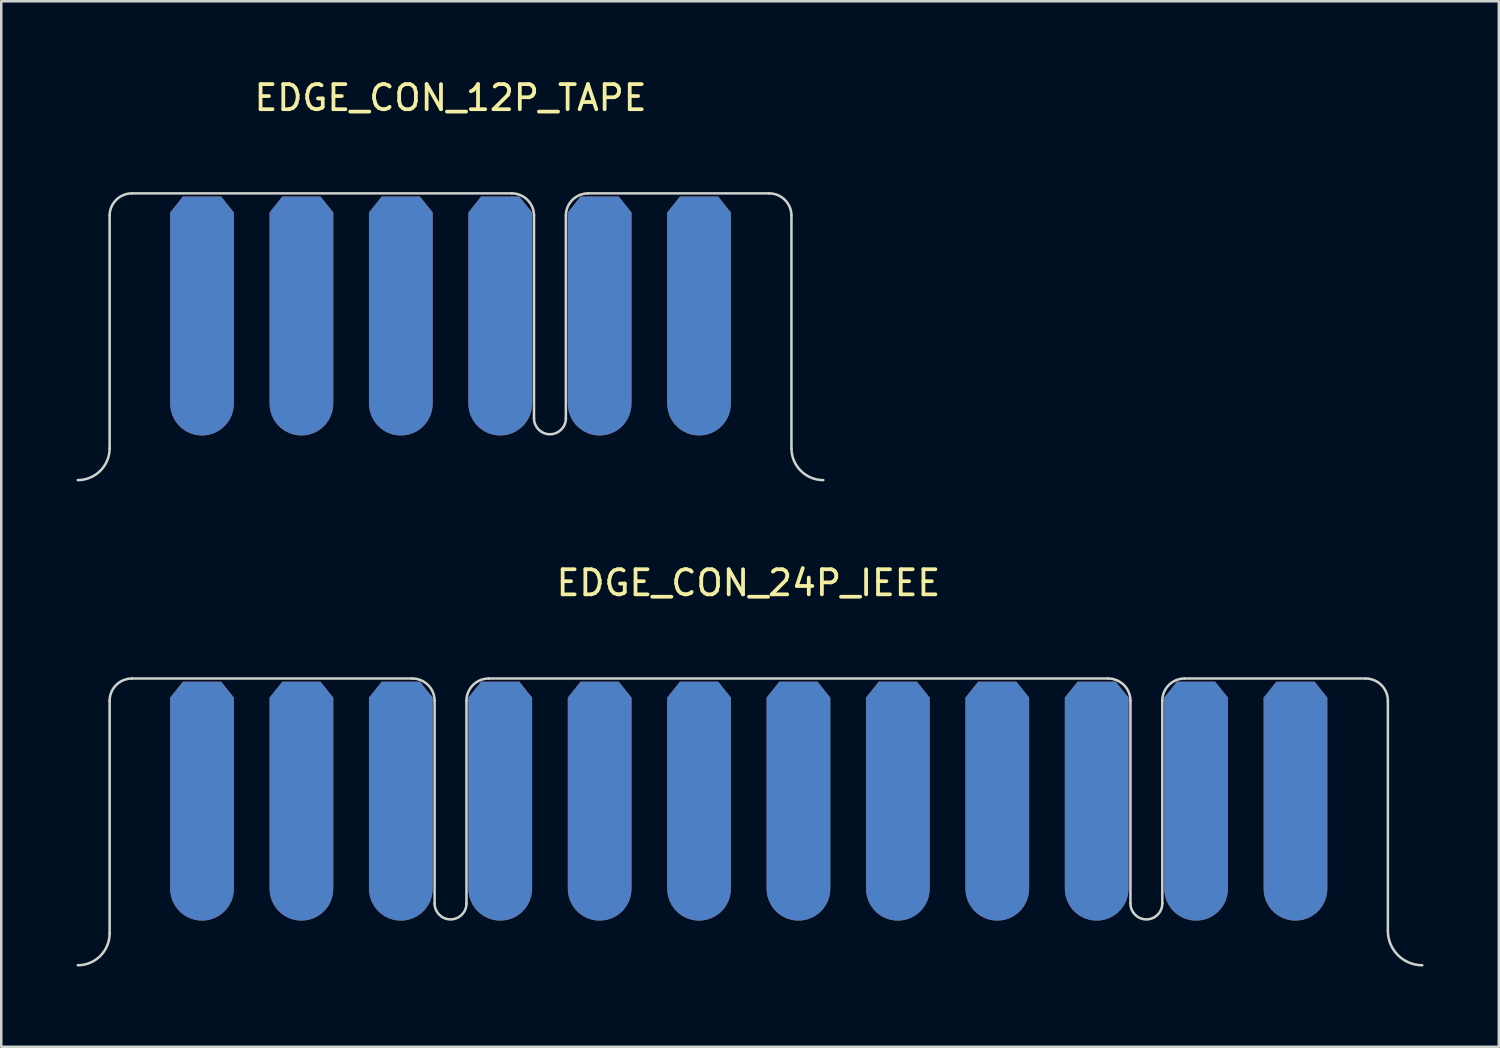
<source format=kicad_pcb>
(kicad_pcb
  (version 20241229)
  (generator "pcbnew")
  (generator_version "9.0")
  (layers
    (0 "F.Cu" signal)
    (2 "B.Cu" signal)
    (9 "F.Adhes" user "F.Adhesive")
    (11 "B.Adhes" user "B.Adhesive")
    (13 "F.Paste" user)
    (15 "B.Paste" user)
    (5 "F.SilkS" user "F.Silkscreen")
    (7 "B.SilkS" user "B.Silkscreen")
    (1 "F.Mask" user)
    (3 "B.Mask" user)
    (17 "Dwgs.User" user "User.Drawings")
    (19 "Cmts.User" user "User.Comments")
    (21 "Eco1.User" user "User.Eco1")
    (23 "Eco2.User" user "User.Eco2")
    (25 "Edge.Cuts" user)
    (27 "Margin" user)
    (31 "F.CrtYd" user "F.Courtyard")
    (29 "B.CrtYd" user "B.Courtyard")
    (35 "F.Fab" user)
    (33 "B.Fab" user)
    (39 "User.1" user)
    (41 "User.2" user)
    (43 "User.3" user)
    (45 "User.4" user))
  (footprint "EDGE_CON_24P_IEEE"
    (layer "F.Cu")
    (at 1.32 35.426)
    (property "Reference" "EDGE_CON_24P_IEEE" (at 25.463 -15.24 0) (layer "F.SilkS") (effects (font (size 1 1) (thickness 0.15))))
    (attr through_hole)
    (fp_poly (pts (xy 50.927 -1.777) (xy 0 -1.777) (xy 0 -11.43) (xy 50.927 -11.43)) (stroke (width 0.1) (type solid)) (fill yes) (layer "F.Mask"))
    (fp_poly (pts (xy 50.927 -1.777) (xy 0 -1.777) (xy 0 -11.43) (xy 50.927 -11.43)) (stroke (width 0.1) (type solid)) (fill yes) (layer "B.Mask"))
    (fp_line (start 0 -1.27) (end 0 -10.541) (stroke (width 0.1) (type solid)) (layer "Edge.Cuts"))
    (fp_line (start 0.889 -11.43) (end 12.065 -11.43) (stroke (width 0.1) (type solid)) (layer "Edge.Cuts"))
    (fp_line (start 12.954 -2.463) (end 12.954 -10.541) (stroke (width 0.1) (type solid)) (layer "Edge.Cuts"))
    (fp_line (start 14.224 -2.463) (end 14.224 -10.541) (stroke (width 0.1) (type solid)) (layer "Edge.Cuts"))
    (fp_line (start 15.113 -11.43) (end 39.802 -11.43) (stroke (width 0.1) (type solid)) (layer "Edge.Cuts"))
    (fp_line (start 40.691 -2.463) (end 40.691 -10.541) (stroke (width 0.1) (type solid)) (layer "Edge.Cuts"))
    (fp_line (start 41.961 -2.463) (end 41.961 -10.541) (stroke (width 0.1) (type solid)) (layer "Edge.Cuts"))
    (fp_line (start 42.85 -11.43) (end 50.063 -11.43) (stroke (width 0.1) (type solid)) (layer "Edge.Cuts"))
    (fp_line (start 50.952 -1.372) (end 50.952 -10.541) (stroke (width 0.1) (type solid)) (layer "Edge.Cuts"))
    (fp_arc (start 0 -10.541) (mid 0.260382 -11.169618) (end 0.889 -11.43) (stroke (width 0.1) (type solid)) (layer "Edge.Cuts"))
    (fp_arc (start 0 -1.27) (mid -0.371974 -0.371974) (end -1.27 0) (stroke (width 0.1) (type solid)) (layer "Edge.Cuts"))
    (fp_arc (start 12.065 -11.43) (mid 12.693618 -11.169618) (end 12.954 -10.541) (stroke (width 0.1) (type solid)) (layer "Edge.Cuts"))
    (fp_arc (start 14.224 -10.541) (mid 14.484382 -11.169618) (end 15.113 -11.43) (stroke (width 0.1) (type solid)) (layer "Edge.Cuts"))
    (fp_arc (start 14.224 -2.463) (mid 13.589 -1.828) (end 12.954 -2.463) (stroke (width 0.1) (type solid)) (layer "Edge.Cuts"))
    (fp_arc (start 39.8018 -11.43) (mid 40.430418 -11.169618) (end 40.6908 -10.541) (stroke (width 0.1) (type solid)) (layer "Edge.Cuts"))
    (fp_arc (start 41.9608 -10.541) (mid 42.221182 -11.169618) (end 42.8498 -11.43) (stroke (width 0.1) (type solid)) (layer "Edge.Cuts"))
    (fp_arc (start 41.9608 -2.463) (mid 41.3258 -1.828) (end 40.6908 -2.463) (stroke (width 0.1) (type solid)) (layer "Edge.Cuts"))
    (fp_arc (start 50.0634 -11.43) (mid 50.692018 -11.169618) (end 50.9524 -10.541) (stroke (width 0.1) (type solid)) (layer "Edge.Cuts"))
    (fp_arc (start 52.324 0) (mid 51.354132 -0.401732) (end 50.9524 -1.3716) (stroke (width 0.1) (type solid)) (layer "Edge.Cuts"))
    (pad "1" connect custom (at 47.269 -3.048) (size 2.54 2.54) (layers "F.Cu" "F.Mask") (options (anchor circle)) (primitives (gr_poly (pts (xy -1.27 0) (xy 1.27 0) (xy 1.27 -7.62) (xy 0.762 -8.255) (xy -0.762 -8.255) (xy -1.27 -7.62)) (width 0) (fill yes))))
    (pad "2" connect custom (at 43.307 -3.048) (size 2.54 2.54) (layers "F.Cu" "F.Mask") (options (anchor circle)) (primitives (gr_poly (pts (xy -1.27 0) (xy 1.27 0) (xy 1.27 -7.62) (xy 0.762 -8.255) (xy -0.762 -8.255) (xy -1.27 -7.62)) (width 0) (fill yes))))
    (pad "3" connect custom (at 39.345 -3.048) (size 2.54 2.54) (layers "F.Cu" "F.Mask") (options (anchor circle)) (primitives (gr_poly (pts (xy -1.27 0) (xy 1.27 0) (xy 1.27 -7.62) (xy 0.762 -8.255) (xy -0.762 -8.255) (xy -1.27 -7.62)) (width 0) (fill yes))))
    (pad "4" connect custom (at 35.382 -3.048) (size 2.54 2.54) (layers "F.Cu" "F.Mask") (options (anchor circle)) (primitives (gr_poly (pts (xy -1.27 0) (xy 1.27 0) (xy 1.27 -7.62) (xy 0.762 -8.255) (xy -0.762 -8.255) (xy -1.27 -7.62)) (width 0) (fill yes))))
    (pad "5" connect custom (at 31.42 -3.048) (size 2.54 2.54) (layers "F.Cu" "F.Mask") (options (anchor circle)) (primitives (gr_poly (pts (xy -1.27 0) (xy 1.27 0) (xy 1.27 -7.62) (xy 0.762 -8.255) (xy -0.762 -8.255) (xy -1.27 -7.62)) (width 0) (fill yes))))
    (pad "6" connect custom (at 27.457 -3.048) (size 2.54 2.54) (layers "F.Cu" "F.Mask") (options (anchor circle)) (primitives (gr_poly (pts (xy -1.27 0) (xy 1.27 0) (xy 1.27 -7.62) (xy 0.762 -8.255) (xy -0.762 -8.255) (xy -1.27 -7.62)) (width 0) (fill yes))))
    (pad "7" connect custom (at 23.495 -3.048) (size 2.54 2.54) (layers "F.Cu" "F.Mask") (options (anchor circle)) (primitives (gr_poly (pts (xy -1.27 0) (xy 1.27 0) (xy 1.27 -7.62) (xy 0.762 -8.255) (xy -0.762 -8.255) (xy -1.27 -7.62)) (width 0) (fill yes))))
    (pad "8" connect custom (at 19.533 -3.048) (size 2.54 2.54) (layers "F.Cu" "F.Mask") (options (anchor circle)) (primitives (gr_poly (pts (xy -1.27 0) (xy 1.27 0) (xy 1.27 -7.62) (xy 0.762 -8.255) (xy -0.762 -8.255) (xy -1.27 -7.62)) (width 0) (fill yes))))
    (pad "9" connect custom (at 15.57 -3.048) (size 2.54 2.54) (layers "F.Cu" "F.Mask") (options (anchor circle)) (primitives (gr_poly (pts (xy -1.27 0) (xy 1.27 0) (xy 1.27 -7.62) (xy 0.762 -8.255) (xy -0.762 -8.255) (xy -1.27 -7.62)) (width 0) (fill yes))))
    (pad "10" connect custom (at 11.608 -3.048) (size 2.54 2.54) (layers "F.Cu" "F.Mask") (options (anchor circle)) (primitives (gr_poly (pts (xy -1.27 0) (xy 1.27 0) (xy 1.27 -7.62) (xy 0.762 -8.255) (xy -0.762 -8.255) (xy -1.27 -7.62)) (width 0) (fill yes))))
    (pad "11" connect custom (at 7.645 -3.048) (size 2.54 2.54) (layers "F.Cu" "F.Mask") (options (anchor circle)) (primitives (gr_poly (pts (xy -1.27 0) (xy 1.27 0) (xy 1.27 -7.62) (xy 0.762 -8.255) (xy -0.762 -8.255) (xy -1.27 -7.62)) (width 0) (fill yes))))
    (pad "12" connect custom (at 3.683 -3.048) (size 2.54 2.54) (layers "F.Cu" "F.Mask") (options (anchor circle)) (primitives (gr_poly (pts (xy -1.27 0) (xy 1.27 0) (xy 1.27 -7.62) (xy 0.762 -8.255) (xy -0.762 -8.255) (xy -1.27 -7.62)) (width 0) (fill yes))))
    (pad "A" connect custom (at 47.269 -3.048) (size 2.54 2.54) (layers "F.Mask" "B.Cu") (options (anchor circle)) (primitives (gr_poly (pts (xy -1.27 0) (xy 1.27 0) (xy 1.27 -7.62) (xy 0.762 -8.255) (xy -0.762 -8.255) (xy -1.27 -7.62)) (width 0) (fill yes))))
    (pad "B" connect custom (at 43.307 -3.048) (size 2.54 2.54) (layers "F.Mask" "B.Cu") (options (anchor circle)) (primitives (gr_poly (pts (xy -1.27 0) (xy 1.27 0) (xy 1.27 -7.62) (xy 0.762 -8.255) (xy -0.762 -8.255) (xy -1.27 -7.62)) (width 0) (fill yes))))
    (pad "C" connect custom (at 39.345 -3.048) (size 2.54 2.54) (layers "F.Mask" "B.Cu") (options (anchor circle)) (primitives (gr_poly (pts (xy -1.27 0) (xy 1.27 0) (xy 1.27 -7.62) (xy 0.762 -8.255) (xy -0.762 -8.255) (xy -1.27 -7.62)) (width 0) (fill yes))))
    (pad "D" connect custom (at 35.382 -3.048) (size 2.54 2.54) (layers "F.Mask" "B.Cu") (options (anchor circle)) (primitives (gr_poly (pts (xy -1.27 0) (xy 1.27 0) (xy 1.27 -7.62) (xy 0.762 -8.255) (xy -0.762 -8.255) (xy -1.27 -7.62)) (width 0) (fill yes))))
    (pad "E" connect custom (at 31.42 -3.048) (size 2.54 2.54) (layers "F.Mask" "B.Cu") (options (anchor circle)) (primitives (gr_poly (pts (xy -1.27 0) (xy 1.27 0) (xy 1.27 -7.62) (xy 0.762 -8.255) (xy -0.762 -8.255) (xy -1.27 -7.62)) (width 0) (fill yes))))
    (pad "F" connect custom (at 27.457 -3.048) (size 2.54 2.54) (layers "F.Mask" "B.Cu") (options (anchor circle)) (primitives (gr_poly (pts (xy -1.27 0) (xy 1.27 0) (xy 1.27 -7.62) (xy 0.762 -8.255) (xy -0.762 -8.255) (xy -1.27 -7.62)) (width 0) (fill yes))))
    (pad "H" connect custom (at 23.495 -3.048) (size 2.54 2.54) (layers "F.Mask" "B.Cu") (options (anchor circle)) (primitives (gr_poly (pts (xy -1.27 0) (xy 1.27 0) (xy 1.27 -7.62) (xy 0.762 -8.255) (xy -0.762 -8.255) (xy -1.27 -7.62)) (width 0) (fill yes))))
    (pad "J" connect custom (at 19.533 -3.048) (size 2.54 2.54) (layers "F.Mask" "B.Cu") (options (anchor circle)) (primitives (gr_poly (pts (xy -1.27 0) (xy 1.27 0) (xy 1.27 -7.62) (xy 0.762 -8.255) (xy -0.762 -8.255) (xy -1.27 -7.62)) (width 0) (fill yes))))
    (pad "K" connect custom (at 15.57 -3.048) (size 2.54 2.54) (layers "F.Mask" "B.Cu") (options (anchor circle)) (primitives (gr_poly (pts (xy -1.27 0) (xy 1.27 0) (xy 1.27 -7.62) (xy 0.762 -8.255) (xy -0.762 -8.255) (xy -1.27 -7.62)) (width 0) (fill yes))))
    (pad "L" connect custom (at 11.608 -3.048) (size 2.54 2.54) (layers "F.Mask" "B.Cu") (options (anchor circle)) (primitives (gr_poly (pts (xy -1.27 0) (xy 1.27 0) (xy 1.27 -7.62) (xy 0.762 -8.255) (xy -0.762 -8.255) (xy -1.27 -7.62)) (width 0) (fill yes))))
    (pad "M" connect custom (at 7.645 -3.048) (size 2.54 2.54) (layers "F.Mask" "B.Cu") (options (anchor circle)) (primitives (gr_poly (pts (xy -1.27 0) (xy 1.27 0) (xy 1.27 -7.62) (xy 0.762 -8.255) (xy -0.762 -8.255) (xy -1.27 -7.62)) (width 0) (fill yes))))
    (pad "N" connect custom (at 3.683 -3.048) (size 2.54 2.54) (layers "F.Mask" "B.Cu") (options (anchor circle)) (primitives (gr_poly (pts (xy -1.27 0) (xy 1.27 0) (xy 1.27 -7.62) (xy 0.762 -8.255) (xy -0.762 -8.255) (xy -1.27 -7.62)) (width 0) (fill yes)))))
  (footprint "EDGE_CON_12P_TAPE"
    (layer "F.Cu")
    (at 1.32 16.088)
    (property "Reference" "EDGE_CON_12P_TAPE" (at 13.589 -15.24 0) (layer "F.SilkS") (effects (font (size 1 1) (thickness 0.15))))
    (attr through_hole)
    (fp_poly (pts (xy 27.178 -1.777) (xy 0 -1.777) (xy 0 -11.43) (xy 27.178 -11.43)) (stroke (width 0.1) (type solid)) (fill yes) (layer "F.Mask"))
    (fp_poly (pts (xy 27.178 -1.777) (xy 0 -1.777) (xy 0 -11.43) (xy 27.178 -11.43)) (stroke (width 0.1) (type solid)) (fill yes) (layer "B.Mask"))
    (fp_line (start 0 -1.27) (end 0 -10.541) (stroke (width 0.1) (type solid)) (layer "Edge.Cuts"))
    (fp_line (start 0.889 -11.43) (end 16.027 -11.43) (stroke (width 0.1) (type solid)) (layer "Edge.Cuts"))
    (fp_line (start 16.916 -2.463) (end 16.916 -10.541) (stroke (width 0.1) (type solid)) (layer "Edge.Cuts"))
    (fp_line (start 18.186 -2.463) (end 18.186 -10.541) (stroke (width 0.1) (type solid)) (layer "Edge.Cuts"))
    (fp_line (start 19.075 -11.43) (end 26.289 -11.43) (stroke (width 0.1) (type solid)) (layer "Edge.Cuts"))
    (fp_line (start 27.178 -1.27) (end 27.178 -10.541) (stroke (width 0.1) (type solid)) (layer "Edge.Cuts"))
    (fp_arc (start 0 -10.541) (mid 0.260382 -11.169618) (end 0.889 -11.43) (stroke (width 0.1) (type solid)) (layer "Edge.Cuts"))
    (fp_arc (start 0 -1.27) (mid -0.371974 -0.371974) (end -1.27 0) (stroke (width 0.1) (type solid)) (layer "Edge.Cuts"))
    (fp_arc (start 16.0274 -11.43) (mid 16.656018 -11.169618) (end 16.9164 -10.541) (stroke (width 0.1) (type solid)) (layer "Edge.Cuts"))
    (fp_arc (start 18.1864 -10.541) (mid 18.446782 -11.169618) (end 19.0754 -11.43) (stroke (width 0.1) (type solid)) (layer "Edge.Cuts"))
    (fp_arc (start 18.1864 -2.463) (mid 17.5514 -1.828) (end 16.9164 -2.463) (stroke (width 0.1) (type solid)) (layer "Edge.Cuts"))
    (fp_arc (start 26.289 -11.43) (mid 26.917618 -11.169618) (end 27.178 -10.541) (stroke (width 0.1) (type solid)) (layer "Edge.Cuts"))
    (fp_arc (start 28.448 0) (mid 27.549974 -0.371974) (end 27.178 -1.27) (stroke (width 0.1) (type solid)) (layer "Edge.Cuts"))
    (pad "1,A" connect custom (at 23.495 -3.048) (size 2.54 2.54) (layers "F.Cu" "F.Mask") (options (anchor circle)) (primitives (gr_poly (pts (xy -1.27 0) (xy 1.27 0) (xy 1.27 -7.62) (xy 0.762 -8.255) (xy -0.762 -8.255) (xy -1.27 -7.62)) (width 0) (fill yes))))
    (pad "1,A" connect custom (at 23.495 -3.048) (size 2.54 2.54) (layers "F.Mask" "B.Cu") (options (anchor circle)) (primitives (gr_poly (pts (xy -1.27 0) (xy 1.27 0) (xy 1.27 -7.62) (xy 0.762 -8.255) (xy -0.762 -8.255) (xy -1.27 -7.62)) (width 0) (fill yes))))
    (pad "2,B" connect custom (at 19.533 -3.048) (size 2.54 2.54) (layers "F.Cu" "F.Mask") (options (anchor circle)) (primitives (gr_poly (pts (xy -1.27 0) (xy 1.27 0) (xy 1.27 -7.62) (xy 0.762 -8.255) (xy -0.762 -8.255) (xy -1.27 -7.62)) (width 0) (fill yes))))
    (pad "2,B" connect custom (at 19.533 -3.048) (size 2.54 2.54) (layers "F.Mask" "B.Cu") (options (anchor circle)) (primitives (gr_poly (pts (xy -1.27 0) (xy 1.27 0) (xy 1.27 -7.62) (xy 0.762 -8.255) (xy -0.762 -8.255) (xy -1.27 -7.62)) (width 0) (fill yes))))
    (pad "3,C" connect custom (at 15.57 -3.048) (size 2.54 2.54) (layers "F.Cu" "F.Mask") (options (anchor circle)) (primitives (gr_poly (pts (xy -1.27 0) (xy 1.27 0) (xy 1.27 -7.62) (xy 0.762 -8.255) (xy -0.762 -8.255) (xy -1.27 -7.62)) (width 0) (fill yes))))
    (pad "3,C" connect custom (at 15.57 -3.048) (size 2.54 2.54) (layers "F.Mask" "B.Cu") (options (anchor circle)) (primitives (gr_poly (pts (xy -1.27 0) (xy 1.27 0) (xy 1.27 -7.62) (xy 0.762 -8.255) (xy -0.762 -8.255) (xy -1.27 -7.62)) (width 0) (fill yes))))
    (pad "4,D" connect custom (at 11.608 -3.048) (size 2.54 2.54) (layers "F.Cu" "F.Mask") (options (anchor circle)) (primitives (gr_poly (pts (xy -1.27 0) (xy 1.27 0) (xy 1.27 -7.62) (xy 0.762 -8.255) (xy -0.762 -8.255) (xy -1.27 -7.62)) (width 0) (fill yes))))
    (pad "4,D" connect custom (at 11.608 -3.048) (size 2.54 2.54) (layers "B.Cu" "B.Mask") (options (anchor circle)) (primitives (gr_poly (pts (xy -1.27 0) (xy 1.27 0) (xy 1.27 -7.62) (xy 0.762 -8.255) (xy -0.762 -8.255) (xy -1.27 -7.62)) (width 0) (fill yes))))
    (pad "5,E" connect custom (at 7.645 -3.048) (size 2.54 2.54) (layers "F.Cu" "F.Mask") (options (anchor circle)) (primitives (gr_poly (pts (xy -1.27 0) (xy 1.27 0) (xy 1.27 -7.62) (xy 0.762 -8.255) (xy -0.762 -8.255) (xy -1.27 -7.62)) (width 0) (fill yes))))
    (pad "5,E" connect custom (at 7.645 -3.048) (size 2.54 2.54) (layers "F.Mask" "B.Cu") (options (anchor circle)) (primitives (gr_poly (pts (xy -1.27 0) (xy 1.27 0) (xy 1.27 -7.62) (xy 0.762 -8.255) (xy -0.762 -8.255) (xy -1.27 -7.62)) (width 0) (fill yes))))
    (pad "6,F" connect custom (at 3.683 -3.048) (size 2.54 2.54) (layers "F.Cu" "F.Mask") (options (anchor circle)) (primitives (gr_poly (pts (xy -1.27 0) (xy 1.27 0) (xy 1.27 -7.62) (xy 0.762 -8.255) (xy -0.762 -8.255) (xy -1.27 -7.62)) (width 0) (fill yes))))
    (pad "6,F" connect custom (at 3.683 -3.048) (size 2.54 2.54) (layers "F.Mask" "B.Cu") (options (anchor circle)) (primitives (gr_poly (pts (xy -1.27 0) (xy 1.27 0) (xy 1.27 -7.62) (xy 0.762 -8.255) (xy -0.762 -8.255) (xy -1.27 -7.62)) (width 0) (fill yes)))))
  (gr_rect
    (start -3 -3)
    (end 56.694 38.676)
    (stroke (width 0.1) (type default))
    (fill no)
    (layer "Edge.Cuts")))
</source>
